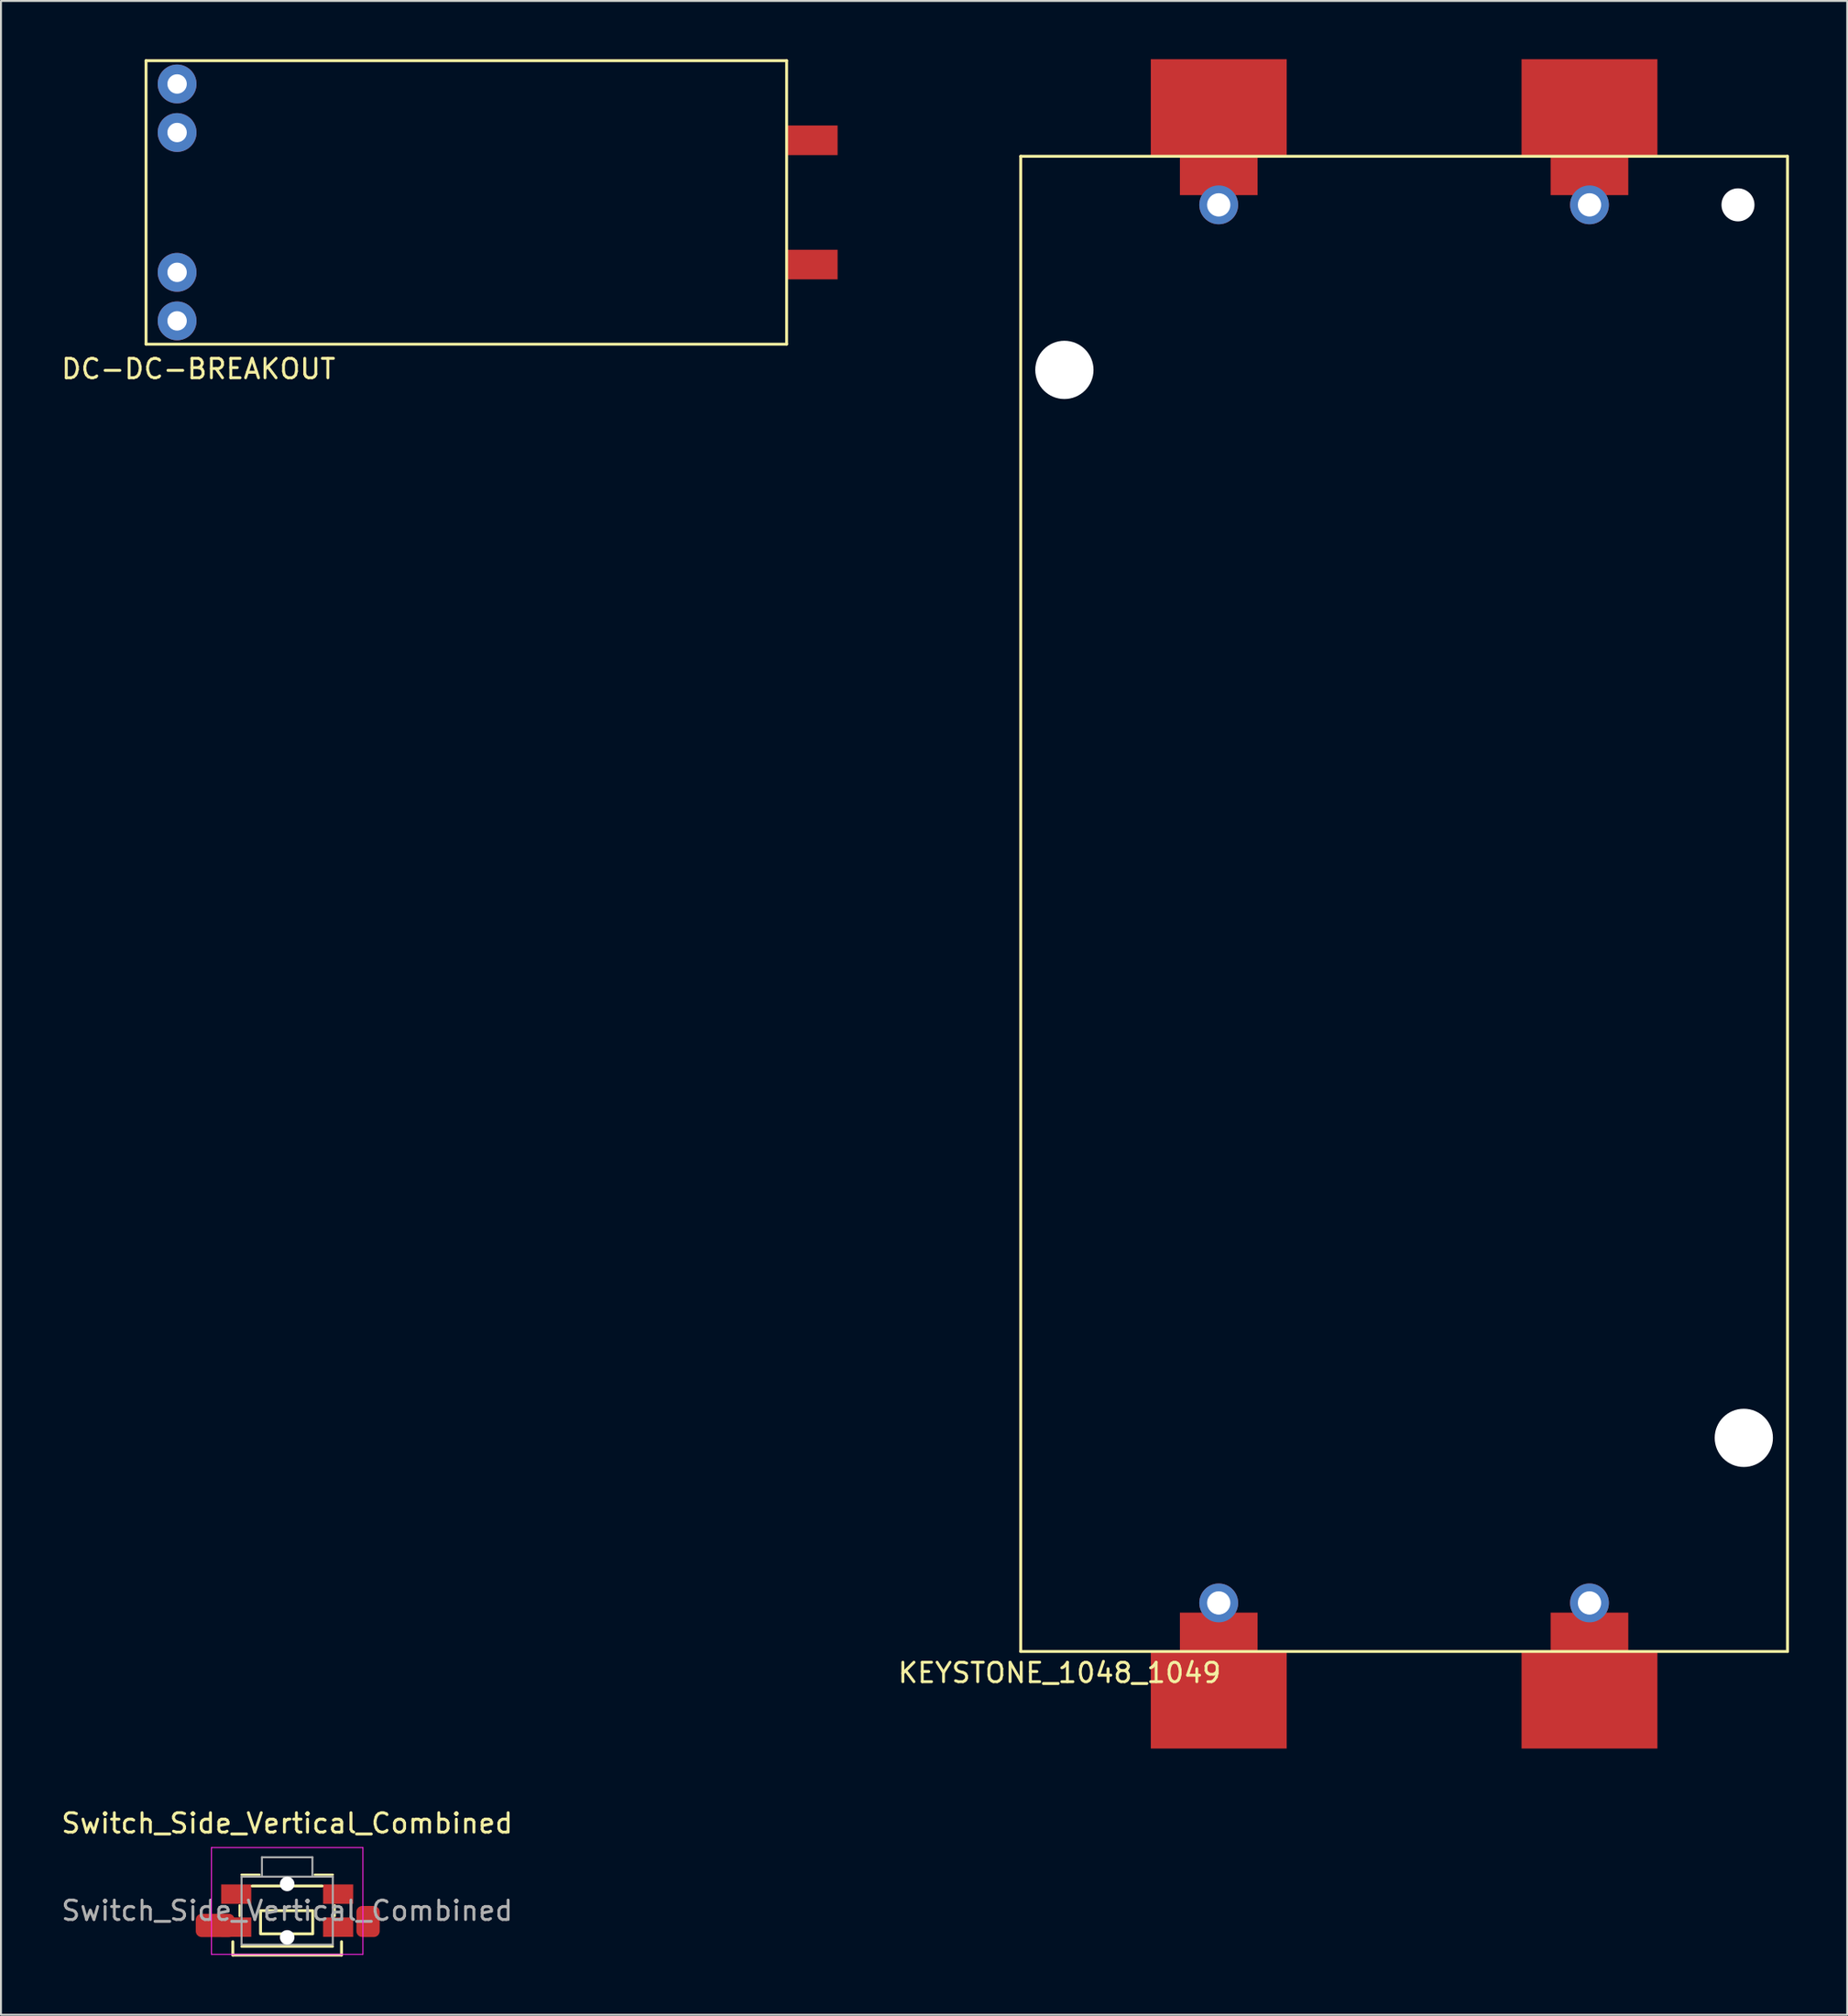
<source format=kicad_pcb>
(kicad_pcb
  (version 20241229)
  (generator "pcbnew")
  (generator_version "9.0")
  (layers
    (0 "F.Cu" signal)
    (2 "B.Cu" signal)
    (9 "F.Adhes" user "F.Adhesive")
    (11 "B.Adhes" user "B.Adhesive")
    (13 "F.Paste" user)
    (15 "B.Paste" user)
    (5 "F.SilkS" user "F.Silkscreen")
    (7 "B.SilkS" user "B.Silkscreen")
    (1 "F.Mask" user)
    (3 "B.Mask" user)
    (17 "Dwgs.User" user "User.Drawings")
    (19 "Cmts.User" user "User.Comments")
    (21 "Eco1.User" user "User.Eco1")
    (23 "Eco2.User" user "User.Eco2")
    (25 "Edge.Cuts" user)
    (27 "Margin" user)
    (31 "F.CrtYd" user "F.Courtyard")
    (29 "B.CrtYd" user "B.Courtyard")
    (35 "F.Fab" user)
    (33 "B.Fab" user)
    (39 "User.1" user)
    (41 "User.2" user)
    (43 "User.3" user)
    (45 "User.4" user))
  (footprint "DC-DC-BREAKOUT"
    (layer "F.Cu")
    (at 20.973 7.375)
    (property "Reference" "DC-DC-BREAKOUT" (at -13.8 8.575 0) (layer "F.SilkS") (effects (font (size 1 1) (thickness 0.15))))
    (attr through_hole)
    (fp_line (start -16.5 -7.3) (end -16.5 7.3) (stroke (width 0.15) (type solid)) (layer "F.SilkS"))
    (fp_line (start -16.5 7.3) (end 16.5 7.3) (stroke (width 0.15) (type solid)) (layer "F.SilkS"))
    (fp_line (start 16.5 -7.3) (end -16.5 -7.3) (stroke (width 0.15) (type solid)) (layer "F.SilkS"))
    (fp_line (start 16.5 7.3) (end 16.5 -7.3) (stroke (width 0.15) (type solid)) (layer "F.SilkS"))
    (pad "1" thru_hole circle (at -14.9 -6.1) (size 2 2) (drill 1) (layers "*.Cu" "*.Mask"))
    (pad "1" thru_hole circle (at -14.9 -3.6) (size 2 2) (drill 1) (layers "*.Cu" "*.Mask"))
    (pad "2" thru_hole circle (at -14.9 3.6) (size 2 2) (drill 1) (layers "*.Cu" "*.Mask"))
    (pad "2" thru_hole circle (at -14.9 6.1) (size 2 2) (drill 1) (layers "*.Cu" "*.Mask"))
    (pad "3" smd rect (at 17.825 -3.2) (size 2.6 1.524) (layers "F.Cu" "F.Mask" "F.Paste"))
    (pad "4" smd rect (at 17.825 3.2) (size 2.6 1.524) (layers "F.Cu" "F.Mask" "F.Paste")))
  (footprint "Switch_Side_Vertical_Combined"
    (layer "F.Cu")
    (at 11.744 95.348)
    (property "Reference" "Switch_Side_Vertical_Combined" (at 0 -4.5 0) (layer "F.SilkS") (effects (font (size 1 1) (thickness 0.15))))
    (attr smd)
    (fp_line (start -2.8 2.286) (end -2.8 1.6) (stroke (width 0.15) (type solid)) (layer "F.SilkS"))
    (fp_line (start -2.8 2.286) (end 2.8 2.286) (stroke (width 0.15) (type solid)) (layer "F.SilkS"))
    (fp_line (start -2.45 0.275) (end -2.45 -0.275) (stroke (width 0.12) (type solid)) (layer "F.SilkS"))
    (fp_line (start -1.8 -1.27) (end 1.8 -1.27) (stroke (width 0.15) (type solid)) (layer "F.SilkS"))
    (fp_line (start -1.425 -1.85) (end -2.35 -1.85) (stroke (width 0.12) (type solid)) (layer "F.SilkS"))
    (fp_line (start 2.35 -1.85) (end 1.425 -1.85) (stroke (width 0.12) (type solid)) (layer "F.SilkS"))
    (fp_line (start 2.35 1.85) (end -2.35 1.85) (stroke (width 0.12) (type solid)) (layer "F.SilkS"))
    (fp_line (start 2.45 0.275) (end 2.45 -0.275) (stroke (width 0.12) (type solid)) (layer "F.SilkS"))
    (fp_line (start 2.8 2.286) (end 2.8 1.6) (stroke (width 0.15) (type solid)) (layer "F.SilkS"))
    (fp_rect (start -1.372 0) (end 1.316 1.195) (stroke (width 0.15) (type solid)) (fill no) (layer "F.SilkS"))
    (fp_line (start -3.9 2.25) (end -3.9 -3.25) (stroke (width 0.05) (type solid)) (layer "F.CrtYd"))
    (fp_line (start 3.9 -3.25) (end -3.9 -3.25) (stroke (width 0.05) (type solid)) (layer "F.CrtYd"))
    (fp_line (start 3.9 2.25) (end -3.9 2.25) (stroke (width 0.05) (type solid)) (layer "F.CrtYd"))
    (fp_line (start 3.9 2.25) (end 3.9 -3.25) (stroke (width 0.05) (type solid)) (layer "F.CrtYd"))
    (fp_line (start -2.35 1.75) (end -2.35 -1.75) (stroke (width 0.1) (type solid)) (layer "F.Fab"))
    (fp_line (start -1.3 -2.75) (end -1.3 -1.75) (stroke (width 0.1) (type solid)) (layer "F.Fab"))
    (fp_line (start 1.3 -2.75) (end -1.3 -2.75) (stroke (width 0.1) (type solid)) (layer "F.Fab"))
    (fp_line (start 1.3 -2.75) (end 1.3 -1.75) (stroke (width 0.1) (type solid)) (layer "F.Fab"))
    (fp_line (start 2.35 -1.75) (end -2.35 -1.75) (stroke (width 0.1) (type solid)) (layer "F.Fab"))
    (fp_line (start 2.35 1.75) (end -2.35 1.75) (stroke (width 0.1) (type solid)) (layer "F.Fab"))
    (fp_line (start 2.35 1.75) (end 2.35 -1.75) (stroke (width 0.1) (type solid)) (layer "F.Fab"))
    (fp_text user "${REFERENCE}" (at 0 0 0) (layer "F.Fab") (effects (font (size 1 1) (thickness 0.15))))
    (pad "" np_thru_hole circle (at 0 -1.375 180) (size 0.75 0.75) (drill 0.75) (layers "*.Cu" "*.Mask"))
    (pad "" np_thru_hole circle (at 0 1.375 180) (size 0.75 0.75) (drill 0.75) (layers "*.Cu" "*.Mask"))
    (pad "1" smd rect (at -2.625 -0.85 180) (size 1.55 1) (layers "F.Cu" "F.Mask" "F.Paste"))
    (pad "1" smd rect (at 2.625 -0.85 180) (size 1.55 1) (layers "F.Cu" "F.Mask" "F.Paste"))
    (pad "1" smd roundrect (at 4.166 0.559 180) (size 1.2 1.6) (layers "F.Cu" "F.Mask" "F.Paste") (roundrect_rratio 0.25))
    (pad "2" smd roundrect (at -3.708 0.762 270) (size 1.2 2) (layers "F.Cu" "F.Mask" "F.Paste") (roundrect_rratio 0.25))
    (pad "2" smd rect (at -2.625 0.85 180) (size 1.55 1) (layers "F.Cu" "F.Mask" "F.Paste"))
    (pad "2" smd rect (at 2.625 0.85 180) (size 1.55 1) (layers "F.Cu" "F.Mask" "F.Paste")))
  (footprint "KEYSTONE_1048_1049"
    (layer "F.Cu")
    (at 69.282 43.5)
    (property "Reference" "KEYSTONE_1048_1049" (at -17.75 39.6 0) (layer "F.SilkS") (effects (font (size 1 1) (thickness 0.15))))
    (attr through_hole)
    (fp_line (start -19.75 -38.5) (end -19.75 38.5) (stroke (width 0.15) (type solid)) (layer "F.SilkS"))
    (fp_line (start -19.75 -38.5) (end 19.75 -38.5) (stroke (width 0.15) (type solid)) (layer "F.SilkS"))
    (fp_line (start -19.75 38.5) (end 19.75 38.5) (stroke (width 0.15) (type solid)) (layer "F.SilkS"))
    (fp_line (start 19.75 -38.5) (end 19.75 38.5) (stroke (width 0.15) (type solid)) (layer "F.SilkS"))
    (pad "" np_thru_hole circle (at -17.5 -27.5) (size 3 3) (drill 3) (layers "*.Cu" "*.Mask"))
    (pad "" np_thru_hole circle (at 17.2 -36) (size 1.7 1.7) (drill 1.7) (layers "*.Cu" "*.Mask"))
    (pad "" np_thru_hole circle (at 17.5 27.5) (size 3 3) (drill 3) (layers "*.Cu" "*.Mask"))
    (pad "1" smd rect (at -9.55 -41) (size 7 5) (layers "F.Cu" "F.Mask" "F.Paste"))
    (pad "1" smd rect (at -9.55 -37.5) (size 4 2) (layers "F.Cu" "F.Mask" "F.Paste"))
    (pad "1" thru_hole circle (at -9.55 -36) (size 2 2) (drill 1.2) (layers "*.Cu" "*.Mask"))
    (pad "2" smd rect (at 9.55 -41) (size 7 5) (layers "F.Cu" "F.Mask" "F.Paste"))
    (pad "2" smd rect (at 9.55 -37.5) (size 4 2) (layers "F.Cu" "F.Mask" "F.Paste"))
    (pad "2" thru_hole circle (at 9.55 -36) (size 2 2) (drill 1.2) (layers "*.Cu" "*.Mask"))
    (pad "3" thru_hole circle (at -9.55 36) (size 2 2) (drill 1.2) (layers "*.Cu" "*.Mask"))
    (pad "3" smd rect (at -9.55 37.5) (size 4 2) (layers "F.Cu" "F.Mask" "F.Paste"))
    (pad "3" smd rect (at -9.55 41) (size 7 5) (layers "F.Cu" "F.Mask" "F.Paste"))
    (pad "4" thru_hole circle (at 9.55 36) (size 2 2) (drill 1.2) (layers "*.Cu" "*.Mask"))
    (pad "4" smd rect (at 9.55 37.5) (size 4 2) (layers "F.Cu" "F.Mask" "F.Paste"))
    (pad "4" smd rect (at 9.55 41) (size 7 5) (layers "F.Cu" "F.Mask" "F.Paste")))
  (gr_rect
    (start -3 -3)
    (end 92.107 100.709)
    (stroke (width 0.1) (type default))
    (fill no)
    (layer "Edge.Cuts")))
</source>
